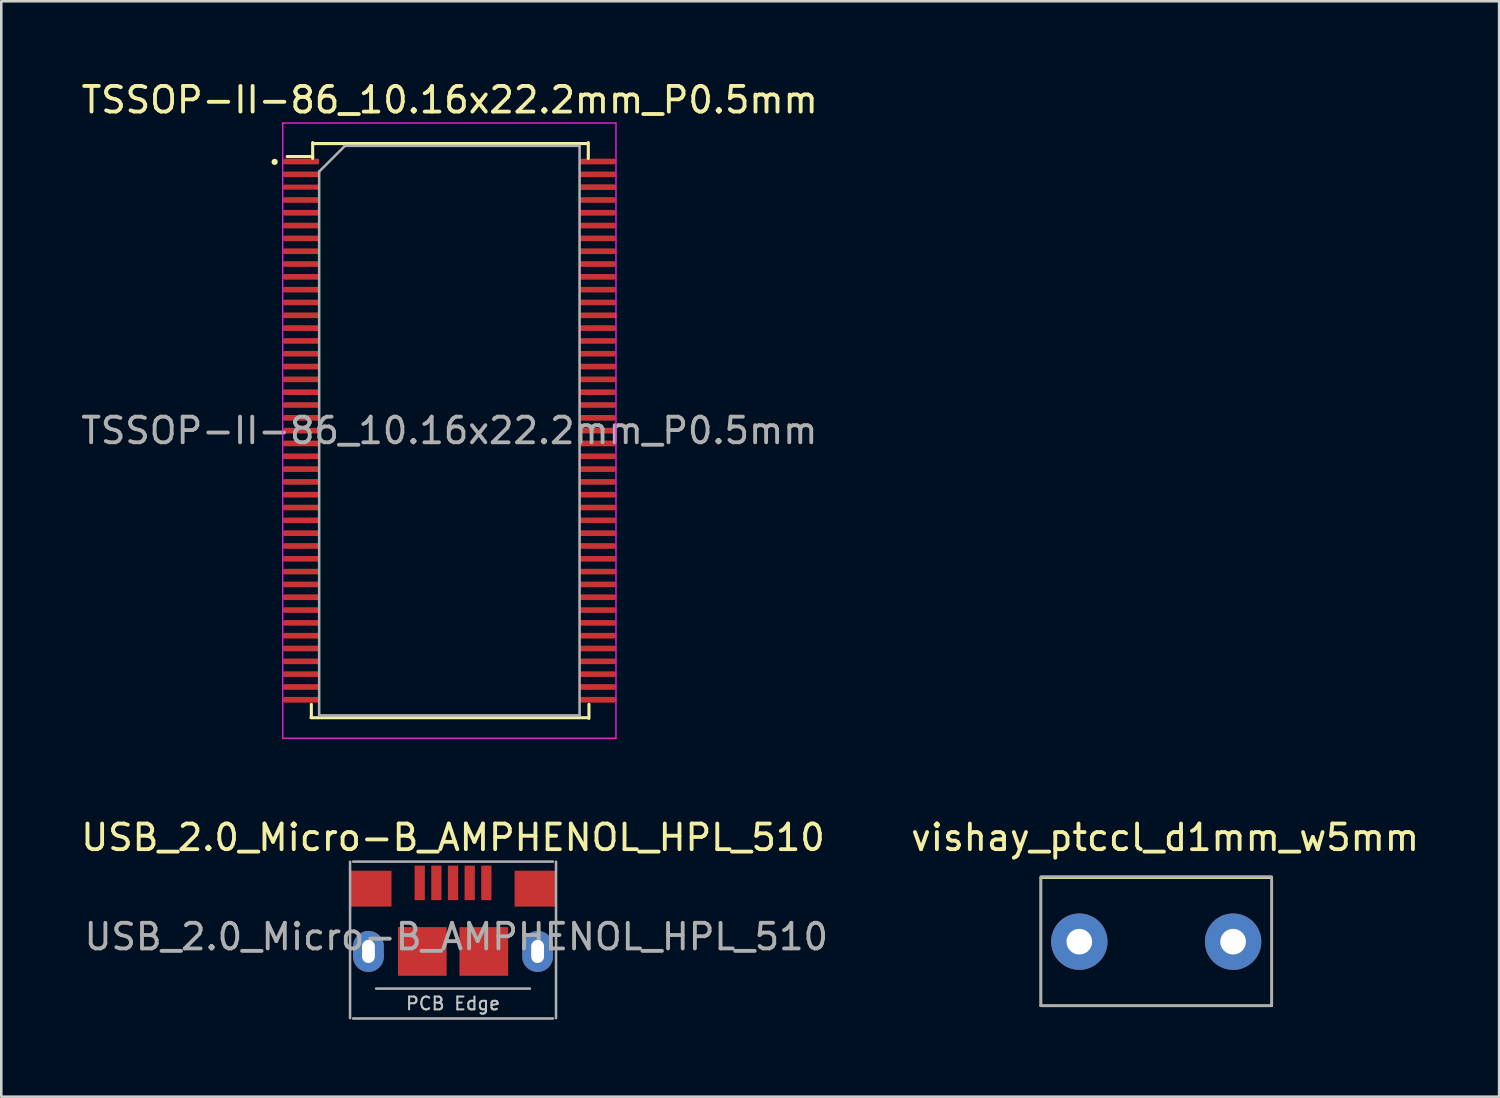
<source format=kicad_pcb>
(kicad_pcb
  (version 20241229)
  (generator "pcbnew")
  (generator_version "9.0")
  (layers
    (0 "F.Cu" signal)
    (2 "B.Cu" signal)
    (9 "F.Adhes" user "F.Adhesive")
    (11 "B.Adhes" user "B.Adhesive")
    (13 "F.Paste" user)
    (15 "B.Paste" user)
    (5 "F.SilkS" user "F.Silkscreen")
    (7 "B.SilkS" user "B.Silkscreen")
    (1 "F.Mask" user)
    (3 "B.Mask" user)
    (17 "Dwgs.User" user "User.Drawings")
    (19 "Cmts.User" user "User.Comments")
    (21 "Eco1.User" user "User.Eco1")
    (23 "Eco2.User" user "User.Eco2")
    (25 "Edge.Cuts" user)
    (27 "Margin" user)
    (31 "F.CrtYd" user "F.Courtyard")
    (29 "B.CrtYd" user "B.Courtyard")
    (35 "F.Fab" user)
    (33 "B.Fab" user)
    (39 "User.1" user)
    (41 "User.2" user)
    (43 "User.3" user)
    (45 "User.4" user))
  (footprint "USB_2.0_Micro-B_AMPHENOL_HPL_510"
    (layer "F.Cu")
    (at 14.625 34.07)
    (property "Reference" "USB_2.0_Micro-B_AMPHENOL_HPL_510" (at 0 -4.445 0) (layer "F.SilkS") (effects (font (size 1 1) (thickness 0.15))))
    (attr smd)
    (fp_line (start -4.018 2.6) (end -4.018 -3.5) (stroke (width 0.1) (type solid)) (layer "F.Fab"))
    (fp_line (start -3.9 -3.505) (end 3.9 -3.505) (stroke (width 0.1) (type solid)) (layer "F.Fab"))
    (fp_line (start -3.9 2.616) (end 3.9 2.616) (stroke (width 0.1) (type solid)) (layer "F.Fab"))
    (fp_line (start -3 1.45) (end 3 1.45) (stroke (width 0.1) (type solid)) (layer "F.Fab"))
    (fp_line (start 4.018 2.6) (end 4.018 -3.5) (stroke (width 0.1) (type solid)) (layer "F.Fab"))
    (fp_text user "PCB Edge" (at 0 2.032 0) (layer "Dwgs.User") (effects (font (size 0.5 0.5) (thickness 0.08))))
    (fp_text user "${REFERENCE}" (at 0.127 -0.572 0) (layer "F.Fab") (effects (font (size 1 1) (thickness 0.15))))
    (pad "1" smd rect (at -1.3 -2.675) (size 0.4 1.35) (layers "F.Cu" "F.Mask" "F.Paste"))
    (pad "2" smd rect (at -0.65 -2.675) (size 0.4 1.35) (layers "F.Cu" "F.Mask" "F.Paste"))
    (pad "3" smd rect (at 0 -2.675) (size 0.4 1.35) (layers "F.Cu" "F.Mask" "F.Paste"))
    (pad "4" smd rect (at 0.65 -2.675) (size 0.4 1.35) (layers "F.Cu" "F.Mask" "F.Paste"))
    (pad "5" smd rect (at 1.3 -2.675) (size 0.4 1.35) (layers "F.Cu" "F.Mask" "F.Paste"))
    (pad "6" smd rect (at -3.2 -2.45) (size 1.6 1.4) (layers "F.Cu" "F.Mask" "F.Paste"))
    (pad "6" smd rect (at 3.2 -2.45) (size 1.6 1.4) (layers "F.Cu" "F.Mask" "F.Paste"))
    (pad "7" smd rect (at 1.2 0) (size 1.9 1.9) (layers "F.Cu" "F.Mask" "F.Paste"))
    (pad "8" smd rect (at -1.2 0) (size 1.9 1.9) (layers "F.Cu" "F.Mask" "F.Paste"))
    (pad "9" thru_hole oval (at -3.3 0 180) (size 1.2 1.6) (drill oval 0.5 0.9) (layers "*.Cu" "*.Mask"))
    (pad "9" thru_hole oval (at 3.3 0) (size 1.2 1.6) (drill oval 0.5 0.9) (layers "*.Cu" "*.Mask")))
  (footprint "vishay_ptccl_d1mm_w5mm"
    (layer "F.Cu")
    (at 39.059 33.689)
    (property "Reference" "vishay_ptccl_d1mm_w5mm" (at 3.348 -4.064 0) (layer "F.SilkS") (effects (font (size 1 1) (thickness 0.15))))
    (attr through_hole)
    (fp_line (start -1.5 -2.5) (end -1.5 2.5) (stroke (width 0.1) (type solid)) (layer "F.SilkS"))
    (fp_line (start -1.5 2.5) (end 7.5 2.5) (stroke (width 0.1) (type solid)) (layer "F.SilkS"))
    (fp_line (start 7.5 -2.5) (end -1.5 -2.5) (stroke (width 0.1) (type solid)) (layer "F.SilkS"))
    (fp_line (start 7.508 -2.5) (end 7.508 2.5) (stroke (width 0.1) (type solid)) (layer "F.SilkS"))
    (fp_line (start -1.5 2.5) (end -1.5 -2.5) (stroke (width 0.1) (type solid)) (layer "F.Fab"))
    (fp_line (start -1.5 2.5) (end 7.5 2.5) (stroke (width 0.1) (type solid)) (layer "F.Fab"))
    (fp_line (start 7.5 -2.54) (end -1.5 -2.54) (stroke (width 0.1) (type solid)) (layer "F.Fab"))
    (fp_line (start 7.508 2.5) (end 7.508 -2.5) (stroke (width 0.1) (type solid)) (layer "F.Fab"))
    (pad "1" thru_hole circle (at 0 0) (size 2.2 2.2) (drill 1) (layers "*.Cu" "*.Mask"))
    (pad "2" thru_hole circle (at 6 0) (size 2.2 2.2) (drill 1) (layers "*.Cu" "*.Mask")))
  (footprint "TSSOP-II-86_10.16x22.2mm_P0.5mm"
    (layer "F.Cu")
    (at 14.482 13.751)
    (property "Reference" "TSSOP-II-86_10.16x22.2mm_P0.5mm" (at 0.015 -12.903 0) (layer "F.SilkS") (effects (font (size 1 1) (thickness 0.15))))
    (attr smd)
    (fp_line (start -5.4 11.2) (end 5.4 11.2) (stroke (width 0.12) (type solid)) (layer "F.SilkS"))
    (fp_line (start -5.385 11.181) (end -5.385 10.678) (stroke (width 0.12) (type solid)) (layer "F.SilkS"))
    (fp_line (start -5.334 -10.622) (end -5.334 -11.237) (stroke (width 0.12) (type solid)) (layer "F.SilkS"))
    (fp_line (start -5.329 -10.693) (end -6.329 -10.693) (stroke (width 0.12) (type solid)) (layer "F.SilkS"))
    (fp_line (start -5.3 -11.2) (end 5.4 -11.2) (stroke (width 0.12) (type solid)) (layer "F.SilkS"))
    (fp_line (start 5.42 -11.237) (end 5.42 -10.617) (stroke (width 0.12) (type solid)) (layer "F.SilkS"))
    (fp_line (start 5.446 11.227) (end 5.446 10.678) (stroke (width 0.12) (type solid)) (layer "F.SilkS"))
    (fp_circle (center -6.817 -10.485) (end -6.817 -10.546) (stroke (width 0.12) (type solid)) (fill no) (layer "F.SilkS"))
    (fp_line (start -6.5 -12) (end -6.5 12) (stroke (width 0.05) (type solid)) (layer "F.CrtYd"))
    (fp_line (start -6.5 12) (end 6.5 12) (stroke (width 0.05) (type solid)) (layer "F.CrtYd"))
    (fp_line (start 6.5 -12) (end -6.5 -12) (stroke (width 0.05) (type solid)) (layer "F.CrtYd"))
    (fp_line (start 6.5 12) (end 6.5 -12) (stroke (width 0.05) (type solid)) (layer "F.CrtYd"))
    (fp_line (start -5.082 -10.104) (end -4.082 -11.104) (stroke (width 0.1) (type solid)) (layer "F.Fab"))
    (fp_line (start -5.08 11.11) (end -5.08 -10.11) (stroke (width 0.1) (type solid)) (layer "F.Fab"))
    (fp_line (start -4.08 -11.11) (end 5.08 -11.11) (stroke (width 0.1) (type solid)) (layer "F.Fab"))
    (fp_line (start 5.08 -11.11) (end 5.08 11.11) (stroke (width 0.1) (type solid)) (layer "F.Fab"))
    (fp_line (start 5.08 11.11) (end -5.08 11.11) (stroke (width 0.1) (type solid)) (layer "F.Fab"))
    (fp_text user "${REFERENCE}" (at 0 0 0) (layer "F.Fab") (effects (font (size 1 1) (thickness 0.15))))
    (pad "1" smd roundrect (at -5.08 -10.5) (size 1.4 0.22) (drill (offset -0.7 0)) (layers "F.Cu" "F.Mask" "F.Paste") (roundrect_rratio 0.25))
    (pad "2" smd roundrect (at -5.08 -10) (size 1.4 0.22) (drill (offset -0.7 0)) (layers "F.Cu" "F.Mask" "F.Paste") (roundrect_rratio 0.25))
    (pad "3" smd roundrect (at -5.08 -9.5) (size 1.4 0.2) (drill (offset -0.7 0)) (layers "F.Cu" "F.Mask" "F.Paste") (roundrect_rratio 0.25))
    (pad "4" smd roundrect (at -5.08 -9) (size 1.4 0.22) (drill (offset -0.7 0)) (layers "F.Cu" "F.Mask" "F.Paste") (roundrect_rratio 0.25))
    (pad "5" smd roundrect (at -5.08 -8.5) (size 1.4 0.22) (drill (offset -0.7 0)) (layers "F.Cu" "F.Mask" "F.Paste") (roundrect_rratio 0.25))
    (pad "6" smd roundrect (at -5.08 -8) (size 1.4 0.22) (drill (offset -0.7 0)) (layers "F.Cu" "F.Mask" "F.Paste") (roundrect_rratio 0.25))
    (pad "7" smd roundrect (at -5.08 -7.5) (size 1.4 0.22) (drill (offset -0.7 0)) (layers "F.Cu" "F.Mask" "F.Paste") (roundrect_rratio 0.25))
    (pad "8" smd roundrect (at -5.08 -7) (size 1.4 0.22) (drill (offset -0.7 0)) (layers "F.Cu" "F.Mask" "F.Paste") (roundrect_rratio 0.25))
    (pad "9" smd roundrect (at -5.08 -6.5) (size 1.4 0.22) (drill (offset -0.7 0)) (layers "F.Cu" "F.Mask" "F.Paste") (roundrect_rratio 0.25))
    (pad "10" smd roundrect (at -5.08 -6) (size 1.4 0.22) (drill (offset -0.7 0)) (layers "F.Cu" "F.Mask" "F.Paste") (roundrect_rratio 0.25))
    (pad "11" smd roundrect (at -5.08 -5.5) (size 1.4 0.22) (drill (offset -0.7 0)) (layers "F.Cu" "F.Mask" "F.Paste") (roundrect_rratio 0.25))
    (pad "12" smd roundrect (at -5.08 -5) (size 1.4 0.22) (drill (offset -0.7 0)) (layers "F.Cu" "F.Mask" "F.Paste") (roundrect_rratio 0.25))
    (pad "13" smd roundrect (at -5.08 -4.5) (size 1.4 0.22) (drill (offset -0.7 0)) (layers "F.Cu" "F.Mask" "F.Paste") (roundrect_rratio 0.25))
    (pad "14" smd roundrect (at -5.08 -4) (size 1.4 0.22) (drill (offset -0.7 0)) (layers "F.Cu" "F.Mask" "F.Paste") (roundrect_rratio 0.25))
    (pad "15" smd roundrect (at -5.08 -3.5) (size 1.4 0.22) (drill (offset -0.7 0)) (layers "F.Cu" "F.Mask" "F.Paste") (roundrect_rratio 0.25))
    (pad "16" smd roundrect (at -5.08 -3) (size 1.4 0.22) (drill (offset -0.7 0)) (layers "F.Cu" "F.Mask" "F.Paste") (roundrect_rratio 0.25))
    (pad "17" smd roundrect (at -5.08 -2.5) (size 1.4 0.22) (drill (offset -0.7 0)) (layers "F.Cu" "F.Mask" "F.Paste") (roundrect_rratio 0.25))
    (pad "18" smd roundrect (at -5.08 -2) (size 1.4 0.22) (drill (offset -0.7 0)) (layers "F.Cu" "F.Mask" "F.Paste") (roundrect_rratio 0.25))
    (pad "19" smd roundrect (at -5.08 -1.5) (size 1.4 0.22) (drill (offset -0.7 0)) (layers "F.Cu" "F.Mask" "F.Paste") (roundrect_rratio 0.25))
    (pad "20" smd roundrect (at -5.08 -1) (size 1.4 0.22) (drill (offset -0.7 0)) (layers "F.Cu" "F.Mask" "F.Paste") (roundrect_rratio 0.25))
    (pad "21" smd roundrect (at -5.08 -0.5) (size 1.4 0.22) (drill (offset -0.7 0)) (layers "F.Cu" "F.Mask" "F.Paste") (roundrect_rratio 0.25))
    (pad "22" smd roundrect (at -5.08 0) (size 1.4 0.22) (drill (offset -0.7 0)) (layers "F.Cu" "F.Mask" "F.Paste") (roundrect_rratio 0.25))
    (pad "23" smd roundrect (at -5.08 0.5) (size 1.4 0.22) (drill (offset -0.7 0)) (layers "F.Cu" "F.Mask" "F.Paste") (roundrect_rratio 0.25))
    (pad "24" smd roundrect (at -5.08 1) (size 1.4 0.22) (drill (offset -0.7 0)) (layers "F.Cu" "F.Mask" "F.Paste") (roundrect_rratio 0.25))
    (pad "25" smd roundrect (at -5.08 1.5) (size 1.4 0.22) (drill (offset -0.7 0)) (layers "F.Cu" "F.Mask" "F.Paste") (roundrect_rratio 0.25))
    (pad "26" smd roundrect (at -5.08 2) (size 1.4 0.22) (drill (offset -0.7 0)) (layers "F.Cu" "F.Mask" "F.Paste") (roundrect_rratio 0.25))
    (pad "27" smd roundrect (at -5.08 2.5) (size 1.4 0.22) (drill (offset -0.7 0)) (layers "F.Cu" "F.Mask" "F.Paste") (roundrect_rratio 0.25))
    (pad "28" smd roundrect (at -5.08 3) (size 1.4 0.22) (drill (offset -0.7 0)) (layers "F.Cu" "F.Mask" "F.Paste") (roundrect_rratio 0.25))
    (pad "29" smd roundrect (at -5.08 3.5) (size 1.4 0.22) (drill (offset -0.7 0)) (layers "F.Cu" "F.Mask" "F.Paste") (roundrect_rratio 0.25))
    (pad "30" smd roundrect (at -5.08 4) (size 1.4 0.22) (drill (offset -0.7 0)) (layers "F.Cu" "F.Mask" "F.Paste") (roundrect_rratio 0.25))
    (pad "31" smd roundrect (at -5.08 4.5) (size 1.4 0.22) (drill (offset -0.7 0)) (layers "F.Cu" "F.Mask" "F.Paste") (roundrect_rratio 0.25))
    (pad "32" smd roundrect (at -5.08 5) (size 1.4 0.22) (drill (offset -0.7 0)) (layers "F.Cu" "F.Mask" "F.Paste") (roundrect_rratio 0.25))
    (pad "33" smd roundrect (at -5.08 5.5) (size 1.4 0.22) (drill (offset -0.7 0)) (layers "F.Cu" "F.Mask" "F.Paste") (roundrect_rratio 0.25))
    (pad "34" smd roundrect (at -5.08 6) (size 1.4 0.22) (drill (offset -0.7 0)) (layers "F.Cu" "F.Mask" "F.Paste") (roundrect_rratio 0.25))
    (pad "35" smd roundrect (at -5.08 6.5) (size 1.4 0.22) (drill (offset -0.7 0)) (layers "F.Cu" "F.Mask" "F.Paste") (roundrect_rratio 0.25))
    (pad "36" smd roundrect (at -5.08 7) (size 1.4 0.22) (drill (offset -0.7 0)) (layers "F.Cu" "F.Mask" "F.Paste") (roundrect_rratio 0.25))
    (pad "37" smd roundrect (at -5.08 7.5) (size 1.4 0.22) (drill (offset -0.7 0)) (layers "F.Cu" "F.Mask" "F.Paste") (roundrect_rratio 0.25))
    (pad "38" smd roundrect (at -5.08 8) (size 1.4 0.22) (drill (offset -0.7 0)) (layers "F.Cu" "F.Mask" "F.Paste") (roundrect_rratio 0.25))
    (pad "39" smd roundrect (at -5.08 8.5) (size 1.4 0.22) (drill (offset -0.7 0)) (layers "F.Cu" "F.Mask" "F.Paste") (roundrect_rratio 0.25))
    (pad "40" smd roundrect (at -5.08 9) (size 1.4 0.22) (drill (offset -0.7 0)) (layers "F.Cu" "F.Mask" "F.Paste") (roundrect_rratio 0.25))
    (pad "41" smd roundrect (at -5.08 9.5) (size 1.4 0.22) (drill (offset -0.7 0)) (layers "F.Cu" "F.Mask" "F.Paste") (roundrect_rratio 0.25))
    (pad "42" smd roundrect (at -5.08 10) (size 1.4 0.22) (drill (offset -0.7 0)) (layers "F.Cu" "F.Mask" "F.Paste") (roundrect_rratio 0.25))
    (pad "43" smd roundrect (at -5.08 10.5) (size 1.4 0.22) (drill (offset -0.7 0)) (layers "F.Cu" "F.Mask" "F.Paste") (roundrect_rratio 0.25))
    (pad "44" smd roundrect (at 5.08 10.5) (size 1.4 0.22) (drill (offset 0.7 0)) (layers "F.Cu" "F.Mask" "F.Paste") (roundrect_rratio 0.25))
    (pad "45" smd roundrect (at 5.08 10) (size 1.4 0.22) (drill (offset 0.7 0)) (layers "F.Cu" "F.Mask" "F.Paste") (roundrect_rratio 0.25))
    (pad "46" smd roundrect (at 5.08 9.5) (size 1.4 0.22) (drill (offset 0.7 0)) (layers "F.Cu" "F.Mask" "F.Paste") (roundrect_rratio 0.25))
    (pad "47" smd roundrect (at 5.08 9) (size 1.4 0.22) (drill (offset 0.7 0)) (layers "F.Cu" "F.Mask" "F.Paste") (roundrect_rratio 0.25))
    (pad "48" smd roundrect (at 5.08 8.5) (size 1.4 0.22) (drill (offset 0.7 0)) (layers "F.Cu" "F.Mask" "F.Paste") (roundrect_rratio 0.25))
    (pad "49" smd roundrect (at 5.08 8) (size 1.4 0.22) (drill (offset 0.7 0)) (layers "F.Cu" "F.Mask" "F.Paste") (roundrect_rratio 0.25))
    (pad "50" smd roundrect (at 5.08 7.5) (size 1.4 0.22) (drill (offset 0.7 0)) (layers "F.Cu" "F.Mask" "F.Paste") (roundrect_rratio 0.25))
    (pad "51" smd roundrect (at 5.08 7) (size 1.4 0.22) (drill (offset 0.7 0)) (layers "F.Cu" "F.Mask" "F.Paste") (roundrect_rratio 0.25))
    (pad "52" smd roundrect (at 5.08 6.5) (size 1.4 0.22) (drill (offset 0.7 0)) (layers "F.Cu" "F.Mask" "F.Paste") (roundrect_rratio 0.25))
    (pad "53" smd roundrect (at 5.08 6) (size 1.4 0.22) (drill (offset 0.7 0)) (layers "F.Cu" "F.Mask" "F.Paste") (roundrect_rratio 0.25))
    (pad "54" smd roundrect (at 5.08 5.5) (size 1.4 0.22) (drill (offset 0.7 0)) (layers "F.Cu" "F.Mask" "F.Paste") (roundrect_rratio 0.25))
    (pad "55" smd roundrect (at 5.08 5) (size 1.4 0.22) (drill (offset 0.7 0)) (layers "F.Cu" "F.Mask" "F.Paste") (roundrect_rratio 0.25))
    (pad "56" smd roundrect (at 5.08 4.5) (size 1.4 0.22) (drill (offset 0.7 0)) (layers "F.Cu" "F.Mask" "F.Paste") (roundrect_rratio 0.25))
    (pad "57" smd roundrect (at 5.08 4) (size 1.4 0.22) (drill (offset 0.7 0)) (layers "F.Cu" "F.Mask" "F.Paste") (roundrect_rratio 0.25))
    (pad "58" smd roundrect (at 5.08 3.5) (size 1.4 0.22) (drill (offset 0.7 0)) (layers "F.Cu" "F.Mask" "F.Paste") (roundrect_rratio 0.25))
    (pad "59" smd roundrect (at 5.08 3) (size 1.4 0.22) (drill (offset 0.7 0)) (layers "F.Cu" "F.Mask" "F.Paste") (roundrect_rratio 0.25))
    (pad "60" smd roundrect (at 5.08 2.5) (size 1.4 0.22) (drill (offset 0.7 0)) (layers "F.Cu" "F.Mask" "F.Paste") (roundrect_rratio 0.25))
    (pad "61" smd roundrect (at 5.08 2) (size 1.4 0.22) (drill (offset 0.7 0)) (layers "F.Cu" "F.Mask" "F.Paste") (roundrect_rratio 0.25))
    (pad "62" smd roundrect (at 5.08 1.5) (size 1.4 0.22) (drill (offset 0.7 0)) (layers "F.Cu" "F.Mask" "F.Paste") (roundrect_rratio 0.25))
    (pad "63" smd roundrect (at 5.08 1) (size 1.4 0.22) (drill (offset 0.7 0)) (layers "F.Cu" "F.Mask" "F.Paste") (roundrect_rratio 0.25))
    (pad "64" smd roundrect (at 5.08 0.5) (size 1.4 0.22) (drill (offset 0.7 0)) (layers "F.Cu" "F.Mask" "F.Paste") (roundrect_rratio 0.25))
    (pad "65" smd roundrect (at 5.08 0) (size 1.4 0.22) (drill (offset 0.7 0)) (layers "F.Cu" "F.Mask" "F.Paste") (roundrect_rratio 0.25))
    (pad "66" smd roundrect (at 5.08 -0.5) (size 1.4 0.22) (drill (offset 0.7 0)) (layers "F.Cu" "F.Mask" "F.Paste") (roundrect_rratio 0.25))
    (pad "67" smd roundrect (at 5.08 -1) (size 1.4 0.22) (drill (offset 0.7 0)) (layers "F.Cu" "F.Mask" "F.Paste") (roundrect_rratio 0.25))
    (pad "68" smd roundrect (at 5.08 -1.5) (size 1.4 0.22) (drill (offset 0.7 0)) (layers "F.Cu" "F.Mask" "F.Paste") (roundrect_rratio 0.25))
    (pad "69" smd roundrect (at 5.08 -2) (size 1.4 0.22) (drill (offset 0.7 0)) (layers "F.Cu" "F.Mask" "F.Paste") (roundrect_rratio 0.25))
    (pad "70" smd roundrect (at 5.08 -2.5) (size 1.4 0.22) (drill (offset 0.7 0)) (layers "F.Cu" "F.Mask" "F.Paste") (roundrect_rratio 0.25))
    (pad "71" smd roundrect (at 5.08 -3) (size 1.4 0.22) (drill (offset 0.7 0)) (layers "F.Cu" "F.Mask" "F.Paste") (roundrect_rratio 0.25))
    (pad "72" smd roundrect (at 5.08 -3.5) (size 1.4 0.22) (drill (offset 0.7 0)) (layers "F.Cu" "F.Mask" "F.Paste") (roundrect_rratio 0.25))
    (pad "73" smd roundrect (at 5.08 -4) (size 1.4 0.22) (drill (offset 0.7 0)) (layers "F.Cu" "F.Mask" "F.Paste") (roundrect_rratio 0.25))
    (pad "74" smd roundrect (at 5.08 -4.5) (size 1.475 0.22) (drill (offset 0.7 0)) (layers "F.Cu" "F.Mask" "F.Paste") (roundrect_rratio 0.25))
    (pad "75" smd roundrect (at 5.08 -5) (size 1.4 0.22) (drill (offset 0.7 0)) (layers "F.Cu" "F.Mask" "F.Paste") (roundrect_rratio 0.25))
    (pad "76" smd roundrect (at 5.08 -5.5) (size 1.4 0.22) (drill (offset 0.7 0)) (layers "F.Cu" "F.Mask" "F.Paste") (roundrect_rratio 0.25))
    (pad "77" smd roundrect (at 5.08 -6) (size 1.4 0.22) (drill (offset 0.7 0)) (layers "F.Cu" "F.Mask" "F.Paste") (roundrect_rratio 0.25))
    (pad "78" smd roundrect (at 5.08 -6.5) (size 1.4 0.22) (drill (offset 0.7 0)) (layers "F.Cu" "F.Mask" "F.Paste") (roundrect_rratio 0.25))
    (pad "79" smd roundrect (at 5.08 -7) (size 1.4 0.22) (drill (offset 0.7 0)) (layers "F.Cu" "F.Mask" "F.Paste") (roundrect_rratio 0.25))
    (pad "80" smd roundrect (at 5.08 -7.5) (size 1.4 0.22) (drill (offset 0.7 0)) (layers "F.Cu" "F.Mask" "F.Paste") (roundrect_rratio 0.25))
    (pad "81" smd roundrect (at 5.08 -8) (size 1.4 0.22) (drill (offset 0.7 0)) (layers "F.Cu" "F.Mask" "F.Paste") (roundrect_rratio 0.25))
    (pad "82" smd roundrect (at 5.08 -8.5) (size 1.4 0.22) (drill (offset 0.7 0)) (layers "F.Cu" "F.Mask" "F.Paste") (roundrect_rratio 0.25))
    (pad "83" smd roundrect (at 5.08 -9) (size 1.4 0.22) (drill (offset 0.7 0)) (layers "F.Cu" "F.Mask" "F.Paste") (roundrect_rratio 0.25))
    (pad "84" smd roundrect (at 5.08 -9.5) (size 1.4 0.22) (drill (offset 0.7 0)) (layers "F.Cu" "F.Mask" "F.Paste") (roundrect_rratio 0.25))
    (pad "85" smd roundrect (at 5.08 -10) (size 1.4 0.22) (drill (offset 0.7 0)) (layers "F.Cu" "F.Mask" "F.Paste") (roundrect_rratio 0.25))
    (pad "86" smd roundrect (at 5.08 -10.5) (size 1.4 0.22) (drill (offset 0.7 0)) (layers "F.Cu" "F.Mask" "F.Paste") (roundrect_rratio 0.25)))
  (gr_rect
    (start -3 -3)
    (end 55.437 39.736)
    (stroke (width 0.1) (type default))
    (fill no)
    (layer "Edge.Cuts")))
</source>
